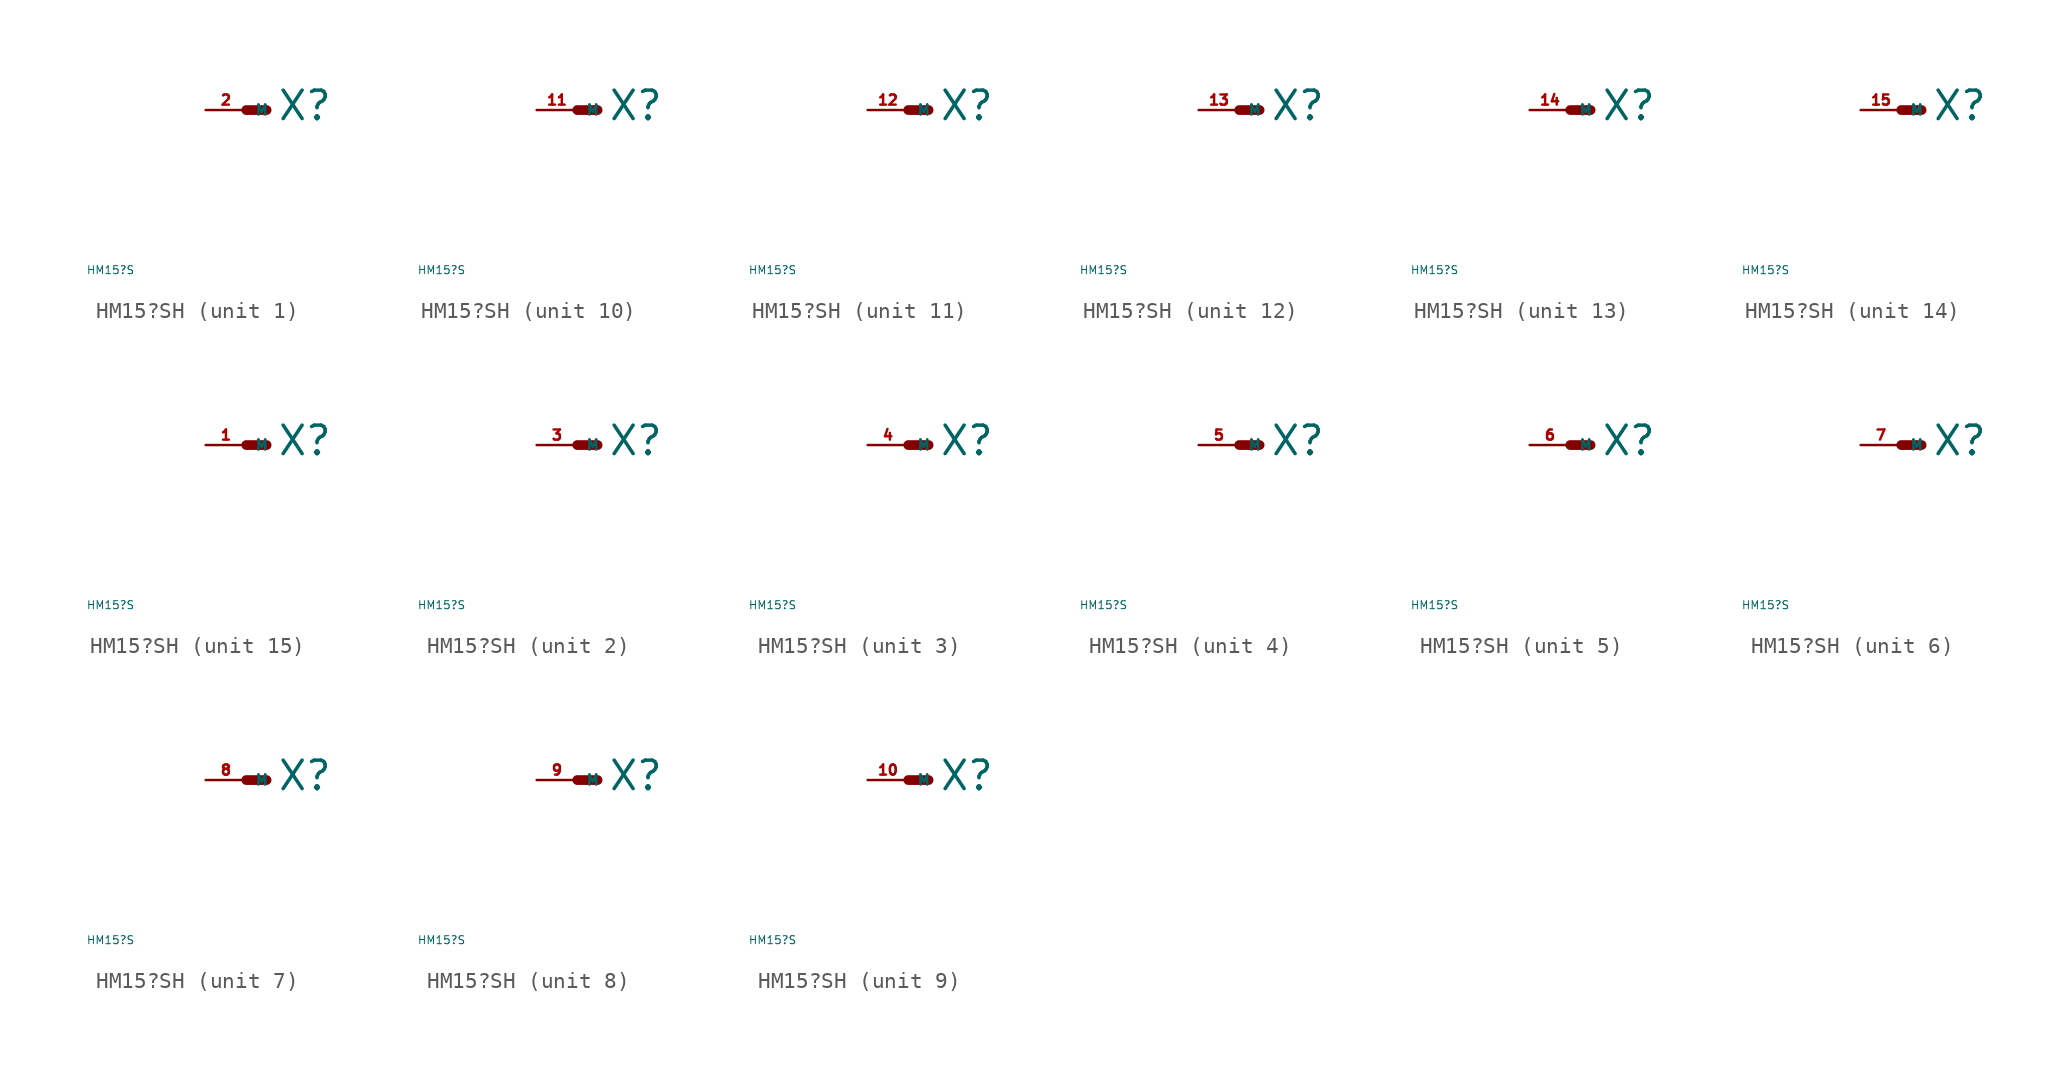
<source format=kicad_sym>
(kicad_symbol_lib
  (version 20220914)
  (generator Eagle2Kicad)
  (symbol "HM15?SH"
    (property "Reference" "X"
      (at 1.905 -0.762 0)
      (effects (font (size 1.778 1.778) (thickness 0.22)) (justify left bottom)))
    (property "Value" "HM15?S"
      (at -10 -10 0)
      (effects (font (size 0.5 0.5) (thickness 0.06)) (justify left)))
    (symbol "HM15?SH_1_0"
      (polyline (pts (xy 0 0) (xy 1.27 0)) (stroke (width 0.61) (type default)) (fill (type none)))
      (pin passive line (at -2.54 0 0) (length 2.54) (name "M" (effects (font (size 0.635 0.635) (thickness 0.08)) (justify left bottom))) (number "2" (effects (font (size 0.635 0.635) (thickness 0.08)) (justify left bottom)))))
    (symbol "HM15?SH_2_0"
      (polyline (pts (xy 0 0) (xy 1.27 0)) (stroke (width 0.61) (type default)) (fill (type none)))
      (pin passive line (at -2.54 0 0) (length 2.54) (name "M" (effects (font (size 0.635 0.635) (thickness 0.08)) (justify left bottom))) (number "3" (effects (font (size 0.635 0.635) (thickness 0.08)) (justify left bottom)))))
    (symbol "HM15?SH_3_0"
      (polyline (pts (xy 0 0) (xy 1.27 0)) (stroke (width 0.61) (type default)) (fill (type none)))
      (pin passive line (at -2.54 0 0) (length 2.54) (name "M" (effects (font (size 0.635 0.635) (thickness 0.08)) (justify left bottom))) (number "4" (effects (font (size 0.635 0.635) (thickness 0.08)) (justify left bottom)))))
    (symbol "HM15?SH_4_0"
      (polyline (pts (xy 0 0) (xy 1.27 0)) (stroke (width 0.61) (type default)) (fill (type none)))
      (pin passive line (at -2.54 0 0) (length 2.54) (name "M" (effects (font (size 0.635 0.635) (thickness 0.08)) (justify left bottom))) (number "5" (effects (font (size 0.635 0.635) (thickness 0.08)) (justify left bottom)))))
    (symbol "HM15?SH_5_0"
      (polyline (pts (xy 0 0) (xy 1.27 0)) (stroke (width 0.61) (type default)) (fill (type none)))
      (pin passive line (at -2.54 0 0) (length 2.54) (name "M" (effects (font (size 0.635 0.635) (thickness 0.08)) (justify left bottom))) (number "6" (effects (font (size 0.635 0.635) (thickness 0.08)) (justify left bottom)))))
    (symbol "HM15?SH_6_0"
      (polyline (pts (xy 0 0) (xy 1.27 0)) (stroke (width 0.61) (type default)) (fill (type none)))
      (pin passive line (at -2.54 0 0) (length 2.54) (name "M" (effects (font (size 0.635 0.635) (thickness 0.08)) (justify left bottom))) (number "7" (effects (font (size 0.635 0.635) (thickness 0.08)) (justify left bottom)))))
    (symbol "HM15?SH_7_0"
      (polyline (pts (xy 0 0) (xy 1.27 0)) (stroke (width 0.61) (type default)) (fill (type none)))
      (pin passive line (at -2.54 0 0) (length 2.54) (name "M" (effects (font (size 0.635 0.635) (thickness 0.08)) (justify left bottom))) (number "8" (effects (font (size 0.635 0.635) (thickness 0.08)) (justify left bottom)))))
    (symbol "HM15?SH_8_0"
      (polyline (pts (xy 0 0) (xy 1.27 0)) (stroke (width 0.61) (type default)) (fill (type none)))
      (pin passive line (at -2.54 0 0) (length 2.54) (name "M" (effects (font (size 0.635 0.635) (thickness 0.08)) (justify left bottom))) (number "9" (effects (font (size 0.635 0.635) (thickness 0.08)) (justify left bottom)))))
    (symbol "HM15?SH_9_0"
      (polyline (pts (xy 0 0) (xy 1.27 0)) (stroke (width 0.61) (type default)) (fill (type none)))
      (pin passive line (at -2.54 0 0) (length 2.54) (name "M" (effects (font (size 0.635 0.635) (thickness 0.08)) (justify left bottom))) (number "10" (effects (font (size 0.635 0.635) (thickness 0.08)) (justify left bottom)))))
    (symbol "HM15?SH_10_0"
      (polyline (pts (xy 0 0) (xy 1.27 0)) (stroke (width 0.61) (type default)) (fill (type none)))
      (pin passive line (at -2.54 0 0) (length 2.54) (name "M" (effects (font (size 0.635 0.635) (thickness 0.08)) (justify left bottom))) (number "11" (effects (font (size 0.635 0.635) (thickness 0.08)) (justify left bottom)))))
    (symbol "HM15?SH_11_0"
      (polyline (pts (xy 0 0) (xy 1.27 0)) (stroke (width 0.61) (type default)) (fill (type none)))
      (pin passive line (at -2.54 0 0) (length 2.54) (name "M" (effects (font (size 0.635 0.635) (thickness 0.08)) (justify left bottom))) (number "12" (effects (font (size 0.635 0.635) (thickness 0.08)) (justify left bottom)))))
    (symbol "HM15?SH_12_0"
      (polyline (pts (xy 0 0) (xy 1.27 0)) (stroke (width 0.61) (type default)) (fill (type none)))
      (pin passive line (at -2.54 0 0) (length 2.54) (name "M" (effects (font (size 0.635 0.635) (thickness 0.08)) (justify left bottom))) (number "13" (effects (font (size 0.635 0.635) (thickness 0.08)) (justify left bottom)))))
    (symbol "HM15?SH_13_0"
      (polyline (pts (xy 0 0) (xy 1.27 0)) (stroke (width 0.61) (type default)) (fill (type none)))
      (pin passive line (at -2.54 0 0) (length 2.54) (name "M" (effects (font (size 0.635 0.635) (thickness 0.08)) (justify left bottom))) (number "14" (effects (font (size 0.635 0.635) (thickness 0.08)) (justify left bottom)))))
    (symbol "HM15?SH_14_0"
      (polyline (pts (xy 0 0) (xy 1.27 0)) (stroke (width 0.61) (type default)) (fill (type none)))
      (pin passive line (at -2.54 0 0) (length 2.54) (name "M" (effects (font (size 0.635 0.635) (thickness 0.08)) (justify left bottom))) (number "15" (effects (font (size 0.635 0.635) (thickness 0.08)) (justify left bottom)))))
    (symbol "HM15?SH_15_0"
      (polyline (pts (xy 0 0) (xy 1.27 0)) (stroke (width 0.61) (type default)) (fill (type none)))
      (pin passive line (at -2.54 0 0) (length 2.54) (name "M" (effects (font (size 0.635 0.635) (thickness 0.08)) (justify left bottom))) (number "1" (effects (font (size 0.635 0.635) (thickness 0.08)) (justify left bottom)))))))
</source>
